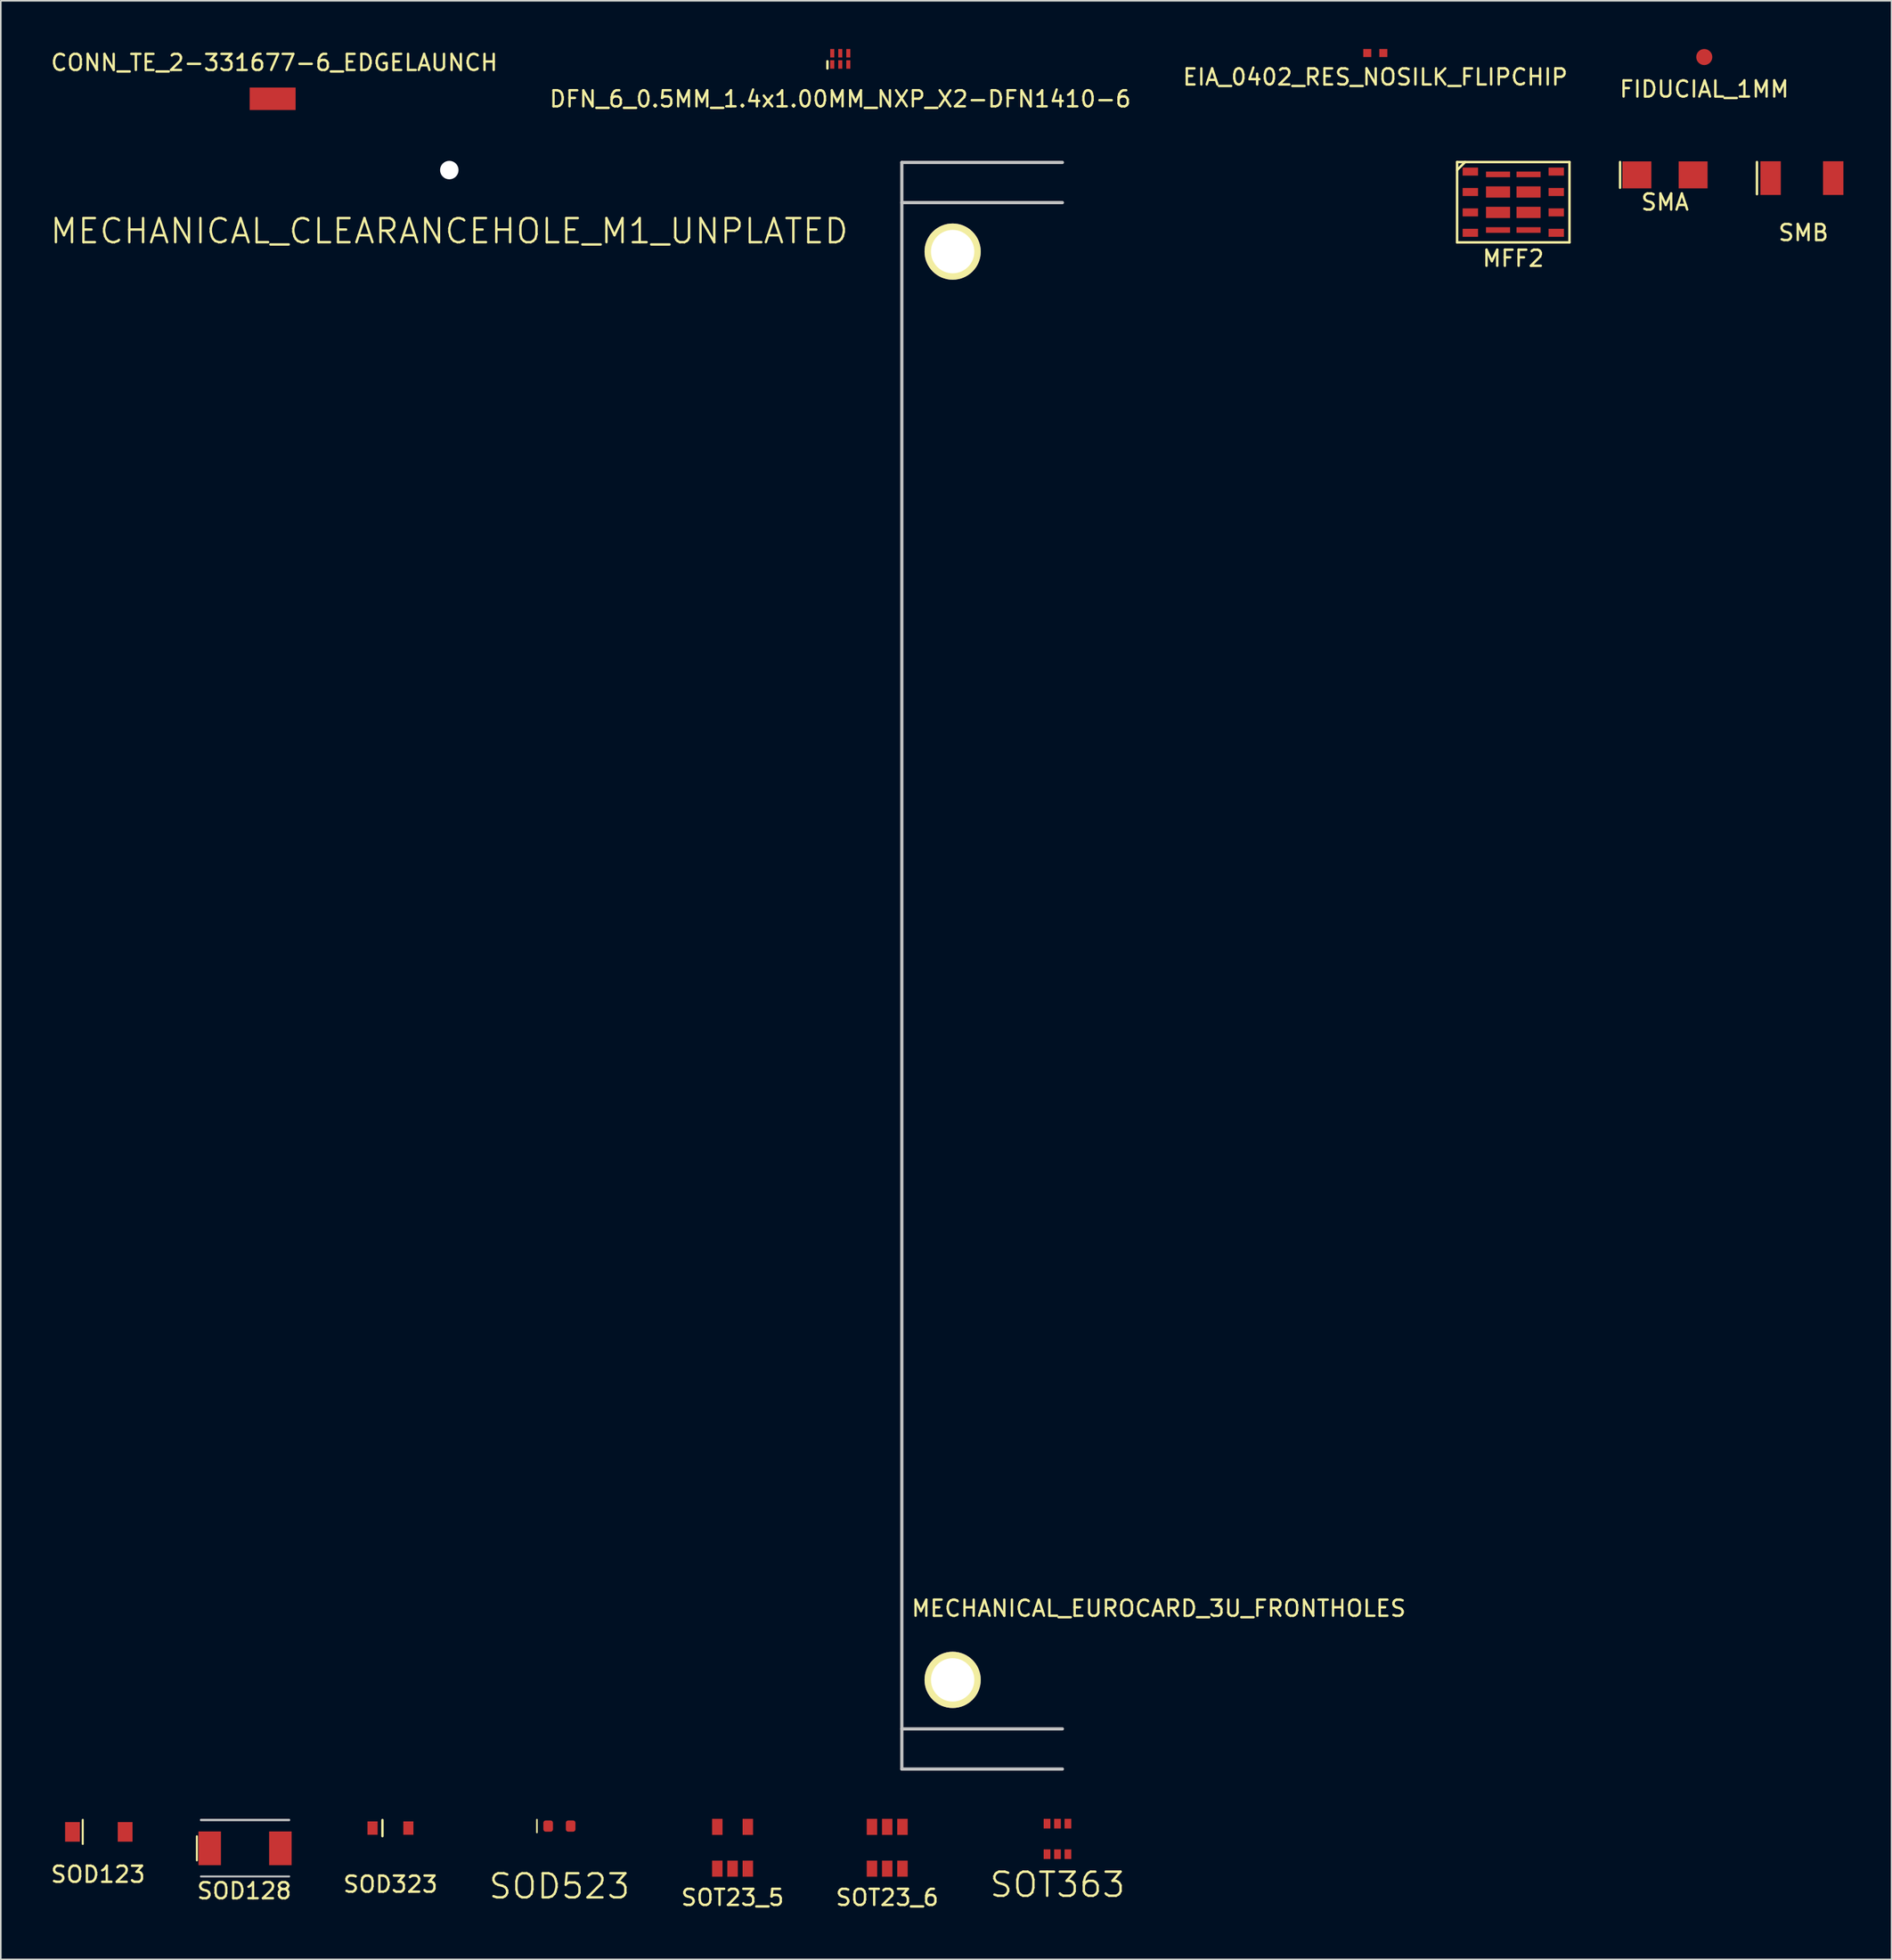
<source format=kicad_pcb>
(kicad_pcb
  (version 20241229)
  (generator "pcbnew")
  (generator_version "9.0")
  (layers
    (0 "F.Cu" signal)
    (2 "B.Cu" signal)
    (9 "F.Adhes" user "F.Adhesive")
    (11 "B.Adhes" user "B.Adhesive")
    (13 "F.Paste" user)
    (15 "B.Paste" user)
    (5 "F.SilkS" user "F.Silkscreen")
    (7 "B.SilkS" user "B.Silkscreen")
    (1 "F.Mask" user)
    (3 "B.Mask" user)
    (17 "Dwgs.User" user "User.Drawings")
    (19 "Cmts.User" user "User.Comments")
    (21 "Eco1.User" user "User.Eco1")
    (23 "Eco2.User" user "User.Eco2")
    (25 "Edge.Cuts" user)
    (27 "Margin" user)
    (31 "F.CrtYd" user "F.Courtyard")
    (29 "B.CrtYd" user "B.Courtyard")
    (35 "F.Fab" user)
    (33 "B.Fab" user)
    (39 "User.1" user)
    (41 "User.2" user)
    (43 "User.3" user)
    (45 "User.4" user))
  (footprint "SOD323"
    (layer "F.Cu")
    (at 21.268 110.736)
    (property "Reference" "SOD323" (at 0 3.5 0) (layer "F.SilkS") (effects (font (size 1 1) (thickness 0.15))))
    (attr through_hole)
    (fp_line (start -0.5 -0.5) (end -0.5 0.5) (stroke (width 0.15) (type solid)) (layer "F.SilkS"))
    (pad "1" smd rect (at -1.115 0) (size 0.63 0.83) (layers "F.Cu" "F.Mask" "F.Paste"))
    (pad "2" smd rect (at 1.115 0) (size 0.63 0.83) (layers "F.Cu" "F.Mask" "F.Paste")))
  (footprint "MECHANICAL_EUROCARD_3U_FRONTHOLES"
    (layer "F.Cu")
    (at 53.114 57.061)
    (property "Reference" "MECHANICAL_EUROCARD_3U_FRONTHOLES" (at 16 40 0) (layer "F.SilkS") (effects (font (size 1 1) (thickness 0.15))))
    (attr through_hole)
    (fp_line (start 0 -50) (end 0 50) (stroke (width 0.2) (type solid)) (layer "Dwgs.User"))
    (fp_line (start 0 -50) (end 10 -50) (stroke (width 0.2) (type solid)) (layer "Dwgs.User"))
    (fp_line (start 0 -47.5) (end 10 -47.5) (stroke (width 0.2) (type solid)) (layer "Dwgs.User"))
    (fp_line (start 0 47.5) (end 10 47.5) (stroke (width 0.2) (type solid)) (layer "Dwgs.User"))
    (fp_line (start 0 50) (end 10 50) (stroke (width 0.2) (type solid)) (layer "Dwgs.User"))
    (pad "" np_thru_hole circle (at 3.165 -44.45) (size 3.5 3.5) (drill 2.7) (layers "*.Cu" "*.Mask" "F.SilkS"))
    (pad "" np_thru_hole circle (at 3.165 44.45) (size 3.5 3.5) (drill 2.7) (layers "*.Cu" "*.Mask" "F.SilkS")))
  (footprint "SOD128"
    (layer "F.Cu")
    (at 12.211 111.996)
    (property "Reference" "SOD128" (at -0.05 2.65 0) (layer "F.SilkS") (effects (font (size 1 1) (thickness 0.15))))
    (attr through_hole)
    (fp_line (start -3 -0.75) (end -3 0.75) (stroke (width 0.125) (type solid)) (layer "F.SilkS"))
    (fp_line (start 2.75 1.75) (end -2.75 1.75) (stroke (width 0.12) (type default)) (layer "Dwgs.User"))
    (fp_rect (start -2.75 -1.775) (end 2.75 -1.75) (stroke (width 0.12) (type default)) (fill no) (layer "Dwgs.User"))
    (pad "1" smd rect (at -2.2 0) (size 1.4 2.1) (layers "F.Cu" "F.Mask" "F.Paste"))
    (pad "2" smd rect (at 2.2 0) (size 1.4 2.1) (layers "F.Cu" "F.Mask" "F.Paste")))
  (footprint "MFF2"
    (layer "F.Cu")
    (at 91.195 9.536)
    (property "Reference" "MFF2" (at 0 3.5 0) (layer "F.SilkS") (effects (font (size 1 1) (thickness 0.15))))
    (attr through_hole)
    (fp_line (start -3.5 -2.5) (end -3.5 2.5) (stroke (width 0.15) (type solid)) (layer "F.SilkS"))
    (fp_line (start -3.5 -2) (end -3 -2.5) (stroke (width 0.15) (type solid)) (layer "F.SilkS"))
    (fp_line (start -3.5 2.5) (end 3.5 2.5) (stroke (width 0.15) (type solid)) (layer "F.SilkS"))
    (fp_line (start 3.5 -2.5) (end -3.5 -2.5) (stroke (width 0.15) (type solid)) (layer "F.SilkS"))
    (fp_line (start 3.5 2.5) (end 3.5 -2.5) (stroke (width 0.15) (type solid)) (layer "F.SilkS"))
    (pad "C1" smd rect (at 2.675 -1.905) (size 0.96 0.5) (layers "F.Cu" "F.Mask" "F.Paste"))
    (pad "C2" smd rect (at 2.675 -0.635) (size 0.96 0.5) (layers "F.Cu" "F.Mask" "F.Paste"))
    (pad "C3" smd rect (at 2.675 0.635) (size 0.96 0.5) (layers "F.Cu" "F.Mask" "F.Paste"))
    (pad "C4" smd rect (at 2.675 1.905) (size 0.96 0.5) (layers "F.Cu" "F.Mask" "F.Paste"))
    (pad "C5" smd rect (at -2.675 -1.905) (size 0.96 0.5) (layers "F.Cu" "F.Mask" "F.Paste"))
    (pad "C6" smd rect (at -2.675 -0.635) (size 0.96 0.5) (layers "F.Cu" "F.Mask" "F.Paste"))
    (pad "C7" smd rect (at -2.675 0.635) (size 0.96 0.5) (layers "F.Cu" "F.Mask" "F.Paste"))
    (pad "C8" smd rect (at -2.675 1.905) (size 0.96 0.5) (layers "F.Cu" "F.Mask" "F.Paste"))
    (pad "~" smd rect (at -0.95 -1.73) (size 1.5 0.35) (layers "F.Cu" "F.Mask" "F.Paste"))
    (pad "~" smd rect (at -0.95 -0.635) (size 1.5 0.7) (layers "F.Cu" "F.Mask" "F.Paste"))
    (pad "~" smd rect (at -0.95 0.635) (size 1.5 0.7) (layers "F.Cu" "F.Mask" "F.Paste"))
    (pad "~" smd rect (at -0.95 1.73) (size 1.5 0.35) (layers "F.Cu" "F.Mask" "F.Paste"))
    (pad "~" smd rect (at 0.95 -1.73) (size 1.5 0.35) (layers "F.Cu" "F.Mask" "F.Paste"))
    (pad "~" smd rect (at 0.95 -0.635) (size 1.5 0.7) (layers "F.Cu" "F.Mask" "F.Paste"))
    (pad "~" smd rect (at 0.95 0.635) (size 1.5 0.7) (layers "F.Cu" "F.Mask" "F.Paste"))
    (pad "~" smd rect (at 0.95 1.73) (size 1.5 0.35) (layers "F.Cu" "F.Mask" "F.Paste")))
  (footprint "SOT23_5"
    (layer "F.Cu")
    (at 42.573 111.961)
    (property "Reference" "SOT23_5" (at 0 3.1 0) (layer "F.SilkS") (effects (font (size 1 1) (thickness 0.15))))
    (attr through_hole)
    (pad "1" smd rect (at -0.95 1.3) (size 0.65 1) (layers "F.Cu" "F.Mask" "F.Paste"))
    (pad "2" smd rect (at 0 1.3) (size 0.65 1) (layers "F.Cu" "F.Mask" "F.Paste"))
    (pad "3" smd rect (at 0.95 1.3) (size 0.65 1) (layers "F.Cu" "F.Mask" "F.Paste"))
    (pad "4" smd rect (at 0.95 -1.3) (size 0.65 1) (layers "F.Cu" "F.Mask" "F.Paste"))
    (pad "5" smd rect (at -0.95 -1.3) (size 0.65 1) (layers "F.Cu" "F.Mask" "F.Paste")))
  (footprint "MECHANICAL_CLEARANCEHOLE_M1_UNPLATED"
    (layer "F.Cu")
    (at 24.932 7.536)
    (property "Reference" "MECHANICAL_CLEARANCEHOLE_M1_UNPLATED" (at 0 3.8 0) (layer "F.SilkS") (effects (font (size 1.5 1.5) (thickness 0.15))))
    (attr through_hole)
    (pad "" np_thru_hole circle (at 0 0) (size 1.15 1.15) (drill 1.15) (layers "*.Cu" "*.Mask")))
  (footprint "SOT363"
    (layer "F.Cu")
    (at 62.808 111.411)
    (property "Reference" "SOT363" (at 0 2.85 0) (layer "F.SilkS") (effects (font (size 1.5 1.5) (thickness 0.15))))
    (attr through_hole)
    (pad "1" smd rect (at -0.65 0.95) (size 0.42 0.6) (layers "F.Cu" "F.Mask" "F.Paste"))
    (pad "2" smd rect (at 0 0.95) (size 0.42 0.6) (layers "F.Cu" "F.Mask" "F.Paste"))
    (pad "3" smd rect (at 0.65 0.95) (size 0.42 0.6) (layers "F.Cu" "F.Mask" "F.Paste"))
    (pad "4" smd rect (at 0.65 -0.95) (size 0.42 0.6) (layers "F.Cu" "F.Mask" "F.Paste"))
    (pad "5" smd rect (at 0 -0.95) (size 0.42 0.6) (layers "F.Cu" "F.Mask" "F.Paste"))
    (pad "6" smd rect (at -0.65 -0.95) (size 0.42 0.6) (layers "F.Cu" "F.Mask" "F.Paste")))
  (footprint "SOD123"
    (layer "F.Cu")
    (at 3.104 110.973)
    (property "Reference" "SOD123" (at -0.05 2.65 0) (layer "F.SilkS") (effects (font (size 1 1) (thickness 0.15))))
    (attr through_hole)
    (fp_line (start -1 -0.75) (end -1 0.75) (stroke (width 0.125) (type solid)) (layer "F.SilkS"))
    (pad "1" smd rect (at -1.64 0) (size 0.92 1.22) (layers "F.Cu" "F.Mask" "F.Paste"))
    (pad "2" smd rect (at 1.64 0) (size 0.92 1.22) (layers "F.Cu" "F.Mask" "F.Paste")))
  (footprint "SMA"
    (layer "F.Cu")
    (at 100.645 7.836)
    (property "Reference" "SMA" (at 0 1.7 0) (layer "F.SilkS") (effects (font (size 1 1) (thickness 0.15))))
    (attr through_hole)
    (fp_line (start -2.8 -0.8) (end -2.8 0.8) (stroke (width 0.15) (type solid)) (layer "F.SilkS"))
    (pad "1" smd rect (at -1.75 0) (size 1.8 1.68) (layers "F.Cu" "F.Mask" "F.Paste"))
    (pad "2" smd rect (at 1.75 0) (size 1.8 1.68) (layers "F.Cu" "F.Mask" "F.Paste")))
  (footprint "DFN_6_0.5MM_1.4x1.00MM_NXP_X2-DFN1410-6"
    (layer "F.Cu")
    (at 49.28 0.613)
    (property "Reference" "DFN_6_0.5MM_1.4x1.00MM_NXP_X2-DFN1410-6" (at 0 2.5 0) (layer "F.SilkS") (effects (font (size 1 1) (thickness 0.15))))
    (attr through_hole)
    (fp_line (start -0.8 0.15) (end -0.8 0.6) (stroke (width 0.15) (type solid)) (layer "F.SilkS"))
    (pad "1" smd rect (at -0.5 0.35) (size 0.25 0.525) (layers "F.Cu" "F.Mask" "F.Paste"))
    (pad "2" smd rect (at 0 0.35) (size 0.25 0.525) (layers "F.Cu" "F.Mask" "F.Paste"))
    (pad "3" smd rect (at 0.5 0.35) (size 0.25 0.525) (layers "F.Cu" "F.Mask" "F.Paste"))
    (pad "4" smd rect (at 0.5 -0.35) (size 0.25 0.525) (layers "F.Cu" "F.Mask" "F.Paste"))
    (pad "5" smd rect (at 0 -0.35) (size 0.25 0.525) (layers "F.Cu" "F.Mask" "F.Paste"))
    (pad "6" smd rect (at -0.5 -0.35) (size 0.25 0.525) (layers "F.Cu" "F.Mask" "F.Paste")))
  (footprint "SOT23_6"
    (layer "F.Cu")
    (at 52.204 111.961)
    (property "Reference" "SOT23_6" (at 0 3.1 0) (layer "F.SilkS") (effects (font (size 1 1) (thickness 0.15))))
    (attr through_hole)
    (pad "1" smd rect (at -0.95 1.3) (size 0.65 1) (layers "F.Cu" "F.Mask" "F.Paste"))
    (pad "2" smd rect (at 0 1.3) (size 0.65 1) (layers "F.Cu" "F.Mask" "F.Paste"))
    (pad "3" smd rect (at 0.95 1.3) (size 0.65 1) (layers "F.Cu" "F.Mask" "F.Paste"))
    (pad "4" smd rect (at 0.95 -1.3) (size 0.65 1) (layers "F.Cu" "F.Mask" "F.Paste"))
    (pad "5" smd rect (at 0 -1.3) (size 0.65 1) (layers "F.Cu" "F.Mask" "F.Paste"))
    (pad "6" smd rect (at -0.95 -1.3) (size 0.65 1) (layers "F.Cu" "F.Mask" "F.Paste")))
  (footprint "SOD523"
    (layer "F.Cu")
    (at 31.789 110.611)
    (property "Reference" "SOD523" (at 0 3.75 0) (layer "F.SilkS") (effects (font (size 1.5 1.5) (thickness 0.15))))
    (attr through_hole)
    (fp_line (start -1.4 -0.4) (end -1.4 0.4) (stroke (width 0.1) (type solid)) (layer "F.SilkS"))
    (pad "1" smd roundrect (at -0.7 0) (size 0.6 0.7) (layers "F.Cu" "F.Mask" "F.Paste") (roundrect_rratio 0.25))
    (pad "2" smd roundrect (at 0.7 0) (size 0.6 0.7) (layers "F.Cu" "F.Mask" "F.Paste") (roundrect_rratio 0.25)))
  (footprint "FIDUCIAL_1MM"
    (layer "F.Cu")
    (at 103.089 0.5)
    (property "Reference" "FIDUCIAL_1MM" (at 0 2 0) (layer "F.SilkS") (effects (font (size 1 1) (thickness 0.15))))
    (attr through_hole)
    (pad "1" smd circle (at 0 0) (size 1 1) (layers "F.Cu" "F.Mask")))
  (footprint "CONN_TE_2-331677-6_EDGELAUNCH"
    (layer "F.Cu")
    (at 13.93 3.098)
    (property "Reference" "CONN_TE_2-331677-6_EDGELAUNCH" (at 0.1 -2.25 0) (layer "F.SilkS") (effects (font (size 1 1) (thickness 0.15))))
    (attr through_hole)
    (pad "1" smd rect (at 0 0) (size 2.86 1.4) (layers "F.Cu" "F.Mask" "F.Paste")))
  (footprint "SMB"
    (layer "F.Cu")
    (at 109.17 8.036)
    (property "Reference" "SMB" (at 0.1 3.4 0) (layer "F.SilkS") (effects (font (size 1 1) (thickness 0.15))))
    (attr through_hole)
    (fp_line (start -2.8 -1) (end -2.8 1) (stroke (width 0.15) (type solid)) (layer "F.SilkS"))
    (pad "1" smd rect (at -1.95 0) (size 1.27 2.1) (layers "F.Cu" "F.Mask" "F.Paste"))
    (pad "2" smd rect (at 1.95 0) (size 1.27 2.1) (layers "F.Cu" "F.Mask" "F.Paste")))
  (footprint "EIA_0402_RES_NOSILK_FLIPCHIP"
    (layer "F.Cu")
    (at 82.601 0.25)
    (property "Reference" "EIA_0402_RES_NOSILK_FLIPCHIP" (at 0 1.5 0) (layer "F.SilkS") (effects (font (size 1 1) (thickness 0.15))))
    (attr through_hole)
    (pad "1" smd rect (at -0.5 0) (size 0.5 0.5) (layers "F.Cu" "F.Mask" "F.Paste"))
    (pad "2" smd rect (at 0.5 0) (size 0.5 0.5) (layers "F.Cu" "F.Mask" "F.Paste")))
  (gr_rect
    (start -3 -3)
    (end 114.755 118.909)
    (stroke (width 0.1) (type default))
    (fill no)
    (layer "Edge.Cuts")))
</source>
